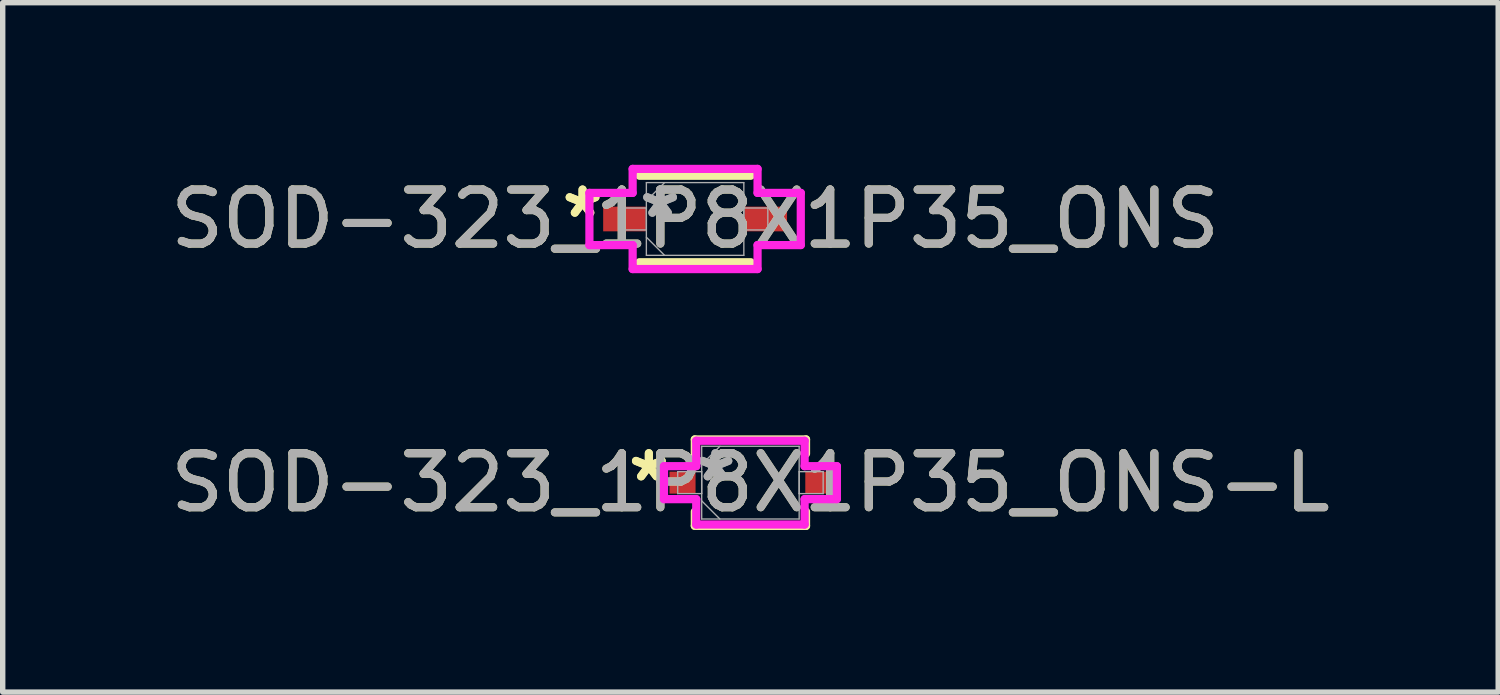
<source format=kicad_pcb>
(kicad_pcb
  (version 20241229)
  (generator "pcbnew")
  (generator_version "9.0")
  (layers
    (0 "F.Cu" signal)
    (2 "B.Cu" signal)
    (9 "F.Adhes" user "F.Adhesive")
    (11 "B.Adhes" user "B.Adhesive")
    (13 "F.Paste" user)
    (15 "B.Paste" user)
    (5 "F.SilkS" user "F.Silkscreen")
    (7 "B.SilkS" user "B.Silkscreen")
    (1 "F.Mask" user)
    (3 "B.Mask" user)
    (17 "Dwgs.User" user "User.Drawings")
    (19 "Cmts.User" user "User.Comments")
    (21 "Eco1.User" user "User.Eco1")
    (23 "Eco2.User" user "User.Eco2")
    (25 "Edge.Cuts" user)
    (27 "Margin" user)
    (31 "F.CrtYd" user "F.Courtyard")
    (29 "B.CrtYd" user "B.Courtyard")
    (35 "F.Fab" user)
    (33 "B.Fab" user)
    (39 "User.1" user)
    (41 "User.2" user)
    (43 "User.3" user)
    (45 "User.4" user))
  (footprint "SOD-323_1P8X1P35_ONS-L"
    (layer "F.Cu")
    (at 10.839 5.883)
    (property "Reference" "SOD-323_1P8X1P35_ONS-L" (at 0 0 0) (unlocked yes) (layer "F.SilkS") (effects (font (size 1 1) (thickness 0.15))))
    (attr smd)
    (fp_line (start -1.029 -0.8) (end -1.029 -0.536) (stroke (width 0.152) (type solid)) (layer "F.SilkS"))
    (fp_line (start -1.029 0.536) (end -1.029 0.8) (stroke (width 0.152) (type solid)) (layer "F.SilkS"))
    (fp_line (start -1.029 0.8) (end 1.029 0.8) (stroke (width 0.152) (type solid)) (layer "F.SilkS"))
    (fp_line (start 1.029 -0.8) (end -1.029 -0.8) (stroke (width 0.152) (type solid)) (layer "F.SilkS"))
    (fp_line (start 1.029 -0.536) (end 1.029 -0.8) (stroke (width 0.152) (type solid)) (layer "F.SilkS"))
    (fp_line (start 1.029 0.8) (end 1.029 0.536) (stroke (width 0.152) (type solid)) (layer "F.SilkS"))
    (fp_line (start -1.6 -0.305) (end -1.003 -0.305) (stroke (width 0.152) (type solid)) (layer "F.CrtYd"))
    (fp_line (start -1.6 0.305) (end -1.6 -0.305) (stroke (width 0.152) (type solid)) (layer "F.CrtYd"))
    (fp_line (start -1.003 -0.775) (end 1.003 -0.775) (stroke (width 0.152) (type solid)) (layer "F.CrtYd"))
    (fp_line (start -1.003 -0.305) (end -1.003 -0.775) (stroke (width 0.152) (type solid)) (layer "F.CrtYd"))
    (fp_line (start -1.003 0.305) (end -1.6 0.305) (stroke (width 0.152) (type solid)) (layer "F.CrtYd"))
    (fp_line (start -1.003 0.775) (end -1.003 0.305) (stroke (width 0.152) (type solid)) (layer "F.CrtYd"))
    (fp_line (start 1.003 -0.775) (end 1.003 -0.305) (stroke (width 0.152) (type solid)) (layer "F.CrtYd"))
    (fp_line (start 1.003 -0.305) (end 1.6 -0.305) (stroke (width 0.152) (type solid)) (layer "F.CrtYd"))
    (fp_line (start 1.003 0.305) (end 1.003 0.775) (stroke (width 0.152) (type solid)) (layer "F.CrtYd"))
    (fp_line (start 1.003 0.775) (end -1.003 0.775) (stroke (width 0.152) (type solid)) (layer "F.CrtYd"))
    (fp_line (start 1.6 -0.305) (end 1.6 0.305) (stroke (width 0.152) (type solid)) (layer "F.CrtYd"))
    (fp_line (start 1.6 0.305) (end 1.003 0.305) (stroke (width 0.152) (type solid)) (layer "F.CrtYd"))
    (fp_line (start -1.346 -0.203) (end -1.346 0.203) (stroke (width 0.025) (type solid)) (layer "F.Fab"))
    (fp_line (start -1.346 0.203) (end -0.902 0.203) (stroke (width 0.025) (type solid)) (layer "F.Fab"))
    (fp_line (start -0.902 -0.673) (end -0.902 0.673) (stroke (width 0.025) (type solid)) (layer "F.Fab"))
    (fp_line (start -0.902 -0.337) (end -0.565 -0.673) (stroke (width 0.025) (type solid)) (layer "F.Fab"))
    (fp_line (start -0.902 -0.203) (end -1.346 -0.203) (stroke (width 0.025) (type solid)) (layer "F.Fab"))
    (fp_line (start -0.902 0.203) (end -0.902 -0.203) (stroke (width 0.025) (type solid)) (layer "F.Fab"))
    (fp_line (start -0.902 0.337) (end -0.565 0.673) (stroke (width 0.025) (type solid)) (layer "F.Fab"))
    (fp_line (start -0.902 0.673) (end 0.902 0.673) (stroke (width 0.025) (type solid)) (layer "F.Fab"))
    (fp_line (start 0.902 -0.673) (end -0.902 -0.673) (stroke (width 0.025) (type solid)) (layer "F.Fab"))
    (fp_line (start 0.902 -0.203) (end 0.902 0.203) (stroke (width 0.025) (type solid)) (layer "F.Fab"))
    (fp_line (start 0.902 0.203) (end 1.346 0.203) (stroke (width 0.025) (type solid)) (layer "F.Fab"))
    (fp_line (start 0.902 0.673) (end 0.902 -0.673) (stroke (width 0.025) (type solid)) (layer "F.Fab"))
    (fp_line (start 1.346 -0.203) (end 0.902 -0.203) (stroke (width 0.025) (type solid)) (layer "F.Fab"))
    (fp_line (start 1.346 0.203) (end 1.346 -0.203) (stroke (width 0.025) (type solid)) (layer "F.Fab"))
    (fp_text user "*" (at -1.88 0 0) (layer "F.SilkS") (effects (font (size 1 1) (thickness 0.15))))
    (fp_text user "*" (at -1.88 0 0) (unlocked yes) (layer "F.SilkS") (effects (font (size 1 1) (thickness 0.15))))
    (fp_text user "*" (at -0.648 0 0) (unlocked yes) (layer "F.Fab") (effects (font (size 1 1) (thickness 0.15))))
    (fp_text user "*" (at -0.648 0 0) (layer "F.Fab") (effects (font (size 1 1) (thickness 0.15))))
    (fp_text user "${REFERENCE}" (at 0 0 0) (unlocked yes) (layer "F.Fab") (effects (font (size 1 1) (thickness 0.15))))
    (pad "1" smd rect (at -1.257 0) (size 0.483 0.406) (layers "F.Cu" "F.Mask" "F.Paste"))
    (pad "2" smd rect (at 1.257 0) (size 0.483 0.406) (layers "F.Cu" "F.Mask" "F.Paste")))
  (footprint "SOD-323_1P8X1P35_ONS"
    (layer "F.Cu")
    (at 9.815 1.003)
    (property "Reference" "SOD-323_1P8X1P35_ONS" (at 0 0 0) (unlocked yes) (layer "F.SilkS") (effects (font (size 1 1) (thickness 0.15))))
    (attr smd)
    (fp_line (start -1.029 0.8) (end 1.029 0.8) (stroke (width 0.152) (type solid)) (layer "F.SilkS"))
    (fp_line (start 1.029 -0.8) (end -1.029 -0.8) (stroke (width 0.152) (type solid)) (layer "F.SilkS"))
    (fp_line (start -1.956 -0.483) (end -1.156 -0.483) (stroke (width 0.152) (type solid)) (layer "F.CrtYd"))
    (fp_line (start -1.956 0.483) (end -1.956 -0.483) (stroke (width 0.152) (type solid)) (layer "F.CrtYd"))
    (fp_line (start -1.156 -0.927) (end 1.156 -0.927) (stroke (width 0.152) (type solid)) (layer "F.CrtYd"))
    (fp_line (start -1.156 -0.483) (end -1.156 -0.927) (stroke (width 0.152) (type solid)) (layer "F.CrtYd"))
    (fp_line (start -1.156 0.483) (end -1.956 0.483) (stroke (width 0.152) (type solid)) (layer "F.CrtYd"))
    (fp_line (start -1.156 0.927) (end -1.156 0.483) (stroke (width 0.152) (type solid)) (layer "F.CrtYd"))
    (fp_line (start 1.156 -0.927) (end 1.156 -0.483) (stroke (width 0.152) (type solid)) (layer "F.CrtYd"))
    (fp_line (start 1.156 -0.483) (end 1.956 -0.483) (stroke (width 0.152) (type solid)) (layer "F.CrtYd"))
    (fp_line (start 1.156 0.483) (end 1.156 0.927) (stroke (width 0.152) (type solid)) (layer "F.CrtYd"))
    (fp_line (start 1.156 0.927) (end -1.156 0.927) (stroke (width 0.152) (type solid)) (layer "F.CrtYd"))
    (fp_line (start 1.956 -0.483) (end 1.956 0.483) (stroke (width 0.152) (type solid)) (layer "F.CrtYd"))
    (fp_line (start 1.956 0.483) (end 1.156 0.483) (stroke (width 0.152) (type solid)) (layer "F.CrtYd"))
    (fp_line (start -1.346 -0.203) (end -1.346 0.203) (stroke (width 0.025) (type solid)) (layer "F.Fab"))
    (fp_line (start -1.346 0.203) (end -0.902 0.203) (stroke (width 0.025) (type solid)) (layer "F.Fab"))
    (fp_line (start -0.902 -0.673) (end -0.902 0.673) (stroke (width 0.025) (type solid)) (layer "F.Fab"))
    (fp_line (start -0.902 -0.337) (end -0.565 -0.673) (stroke (width 0.025) (type solid)) (layer "F.Fab"))
    (fp_line (start -0.902 -0.203) (end -1.346 -0.203) (stroke (width 0.025) (type solid)) (layer "F.Fab"))
    (fp_line (start -0.902 0.203) (end -0.902 -0.203) (stroke (width 0.025) (type solid)) (layer "F.Fab"))
    (fp_line (start -0.902 0.337) (end -0.565 0.673) (stroke (width 0.025) (type solid)) (layer "F.Fab"))
    (fp_line (start -0.902 0.673) (end 0.902 0.673) (stroke (width 0.025) (type solid)) (layer "F.Fab"))
    (fp_line (start 0.902 -0.673) (end -0.902 -0.673) (stroke (width 0.025) (type solid)) (layer "F.Fab"))
    (fp_line (start 0.902 -0.203) (end 0.902 0.203) (stroke (width 0.025) (type solid)) (layer "F.Fab"))
    (fp_line (start 0.902 0.203) (end 1.346 0.203) (stroke (width 0.025) (type solid)) (layer "F.Fab"))
    (fp_line (start 0.902 0.673) (end 0.902 -0.673) (stroke (width 0.025) (type solid)) (layer "F.Fab"))
    (fp_line (start 1.346 -0.203) (end 0.902 -0.203) (stroke (width 0.025) (type solid)) (layer "F.Fab"))
    (fp_line (start 1.346 0.203) (end 1.346 -0.203) (stroke (width 0.025) (type solid)) (layer "F.Fab"))
    (fp_text user "*" (at -2.083 0 0) (layer "F.SilkS") (effects (font (size 1 1) (thickness 0.15))))
    (fp_text user "*" (at -2.083 0 0) (unlocked yes) (layer "F.SilkS") (effects (font (size 1 1) (thickness 0.15))))
    (fp_text user "${REFERENCE}" (at 0 0 0) (unlocked yes) (layer "F.Fab") (effects (font (size 1 1) (thickness 0.15))))
    (fp_text user "*" (at -0.648 0 0) (unlocked yes) (layer "F.Fab") (effects (font (size 1 1) (thickness 0.15))))
    (fp_text user "*" (at -0.648 0 0) (layer "F.Fab") (effects (font (size 1 1) (thickness 0.15))))
    (pad "1" smd rect (at -1.308 0) (size 0.787 0.457) (layers "F.Cu" "F.Mask" "F.Paste"))
    (pad "2" smd rect (at 1.308 0) (size 0.787 0.457) (layers "F.Cu" "F.Mask" "F.Paste")))
  (gr_rect
    (start -3 -3)
    (end 24.679 9.759)
    (stroke (width 0.1) (type default))
    (fill no)
    (layer "Edge.Cuts")))
</source>
